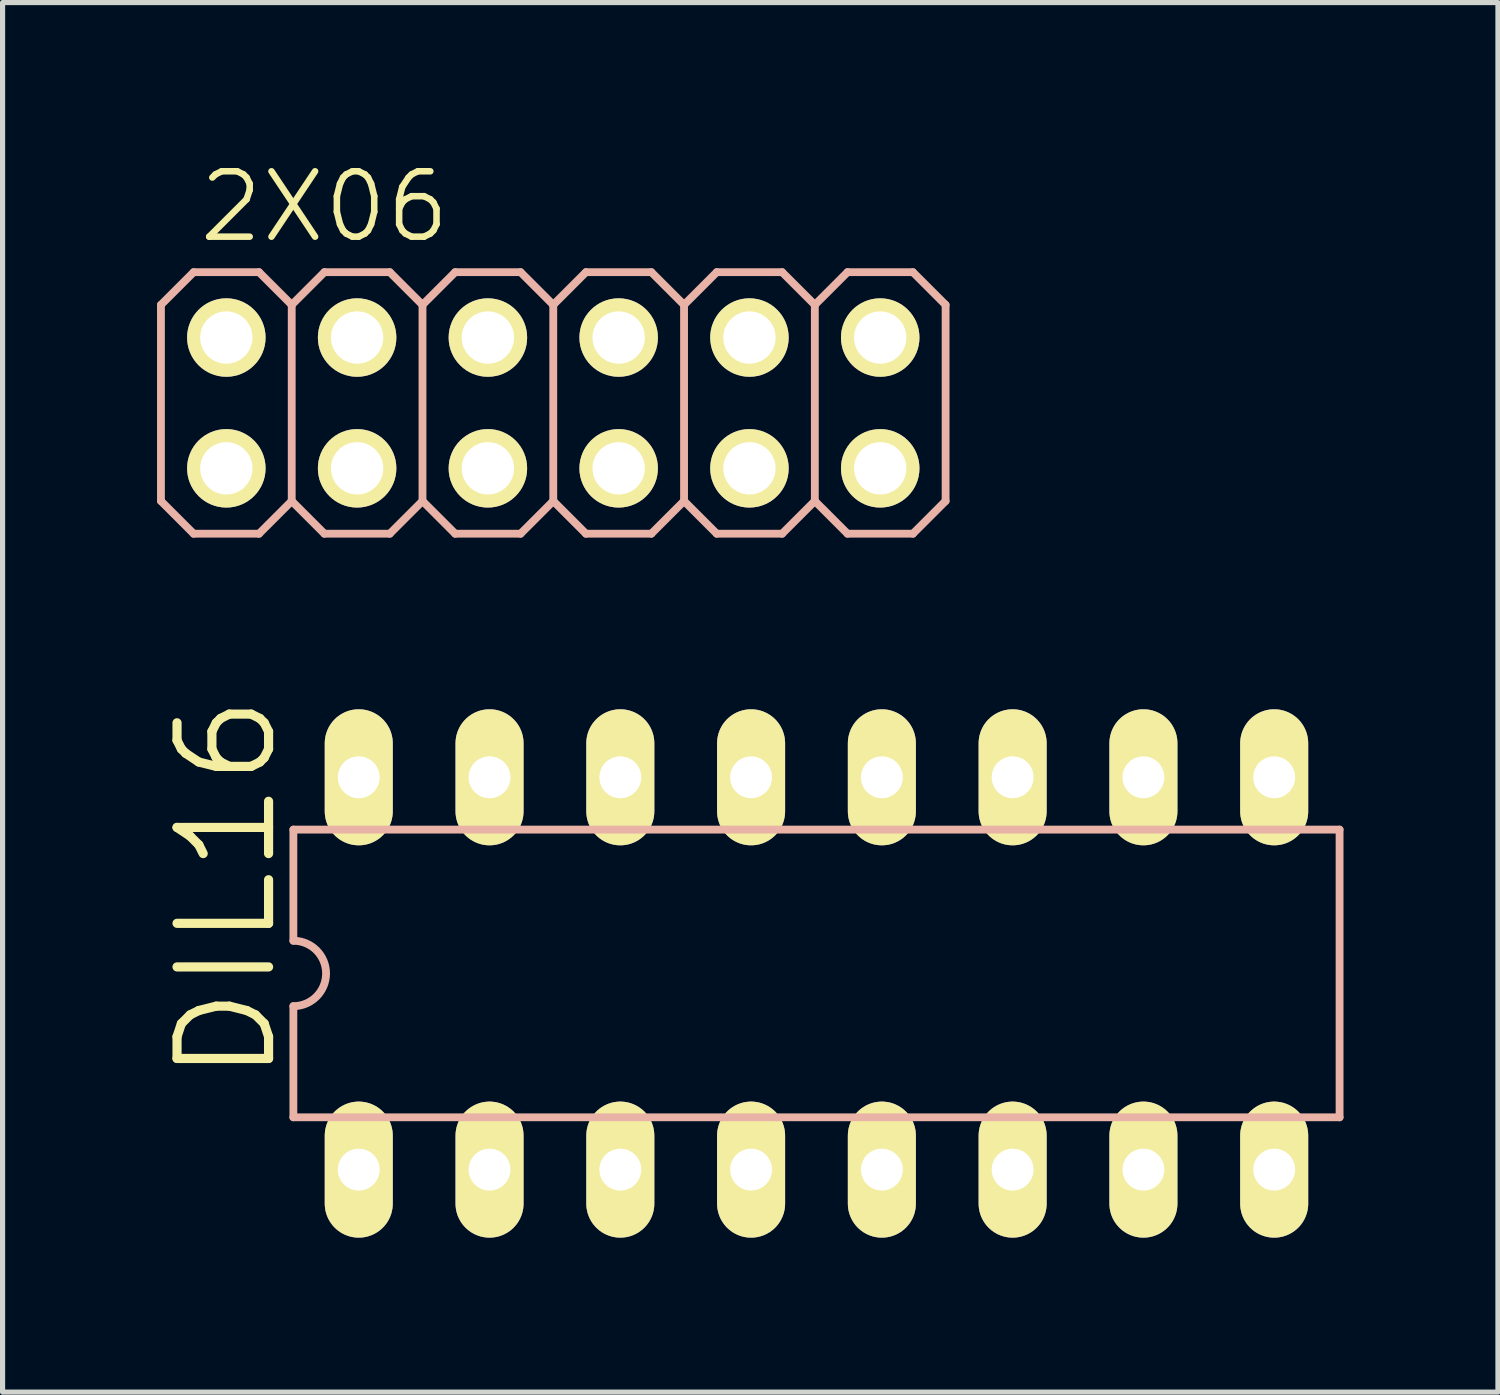
<source format=kicad_pcb>
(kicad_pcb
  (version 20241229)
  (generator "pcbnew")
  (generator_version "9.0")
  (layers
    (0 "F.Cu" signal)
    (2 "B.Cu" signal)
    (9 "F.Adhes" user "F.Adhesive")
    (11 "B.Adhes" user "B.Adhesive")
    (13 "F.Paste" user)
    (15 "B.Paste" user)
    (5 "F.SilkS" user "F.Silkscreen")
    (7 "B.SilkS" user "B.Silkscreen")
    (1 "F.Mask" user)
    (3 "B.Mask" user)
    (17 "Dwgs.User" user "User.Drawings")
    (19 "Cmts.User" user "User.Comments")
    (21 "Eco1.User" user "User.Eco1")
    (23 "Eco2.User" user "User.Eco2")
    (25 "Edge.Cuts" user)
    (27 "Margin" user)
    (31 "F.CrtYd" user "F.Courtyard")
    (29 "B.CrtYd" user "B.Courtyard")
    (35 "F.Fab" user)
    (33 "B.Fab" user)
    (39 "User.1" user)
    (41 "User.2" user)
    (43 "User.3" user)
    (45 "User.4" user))
  (footprint "DIL16"
    (layer "F.Cu")
    (at 12.808 15.857)
    (property "Reference" "DIL16" (at -11.455 -1.651 90) (layer "F.SilkS") (effects (font (size 1.778 1.778) (thickness 0.178))))
    (attr exclude_from_pos_files exclude_from_bom)
    (fp_line (start -10.16 -2.794) (end -10.16 -0.635) (stroke (width 0.152) (type solid)) (layer "B.SilkS"))
    (fp_line (start -10.16 0.635) (end -10.16 2.794) (stroke (width 0.152) (type solid)) (layer "B.SilkS"))
    (fp_line (start -10.16 2.794) (end 10.16 2.794) (stroke (width 0.152) (type solid)) (layer "B.SilkS"))
    (fp_line (start 10.16 -2.794) (end -10.16 -2.794) (stroke (width 0.152) (type solid)) (layer "B.SilkS"))
    (fp_line (start 10.16 2.794) (end 10.16 -2.794) (stroke (width 0.152) (type solid)) (layer "B.SilkS"))
    (fp_arc (start -10.16 -0.635) (mid -9.525 0) (end -10.16 0.635) (stroke (width 0.1524) (type solid)) (layer "B.SilkS"))
    (pad "1" thru_hole oval (at -8.89 3.81 180) (size 1.321 2.642) (drill 0.813) (layers "*.Cu" "F.Mask" "F.SilkS" "F.Paste"))
    (pad "2" thru_hole oval (at -6.35 3.81 180) (size 1.321 2.642) (drill 0.813) (layers "*.Cu" "F.Mask" "F.SilkS" "F.Paste"))
    (pad "3" thru_hole oval (at -3.81 3.81 180) (size 1.321 2.642) (drill 0.813) (layers "*.Cu" "F.Mask" "F.SilkS" "F.Paste"))
    (pad "4" thru_hole oval (at -1.27 3.81 180) (size 1.321 2.642) (drill 0.813) (layers "*.Cu" "F.Mask" "F.SilkS" "F.Paste"))
    (pad "5" thru_hole oval (at 1.27 3.81 180) (size 1.321 2.642) (drill 0.813) (layers "*.Cu" "F.Mask" "F.SilkS" "F.Paste"))
    (pad "6" thru_hole oval (at 3.81 3.81 180) (size 1.321 2.642) (drill 0.813) (layers "*.Cu" "F.Mask" "F.SilkS" "F.Paste"))
    (pad "7" thru_hole oval (at 6.35 3.81 180) (size 1.321 2.642) (drill 0.813) (layers "*.Cu" "F.Mask" "F.SilkS" "F.Paste"))
    (pad "8" thru_hole oval (at 8.89 3.81 180) (size 1.321 2.642) (drill 0.813) (layers "*.Cu" "F.Mask" "F.SilkS" "F.Paste"))
    (pad "9" thru_hole oval (at 8.89 -3.81 180) (size 1.321 2.642) (drill 0.813) (layers "*.Cu" "F.Mask" "F.SilkS" "F.Paste"))
    (pad "10" thru_hole oval (at 6.35 -3.81 180) (size 1.321 2.642) (drill 0.813) (layers "*.Cu" "F.Mask" "F.SilkS" "F.Paste"))
    (pad "11" thru_hole oval (at 3.81 -3.81 180) (size 1.321 2.642) (drill 0.813) (layers "*.Cu" "F.Mask" "F.SilkS" "F.Paste"))
    (pad "12" thru_hole oval (at 1.27 -3.81 180) (size 1.321 2.642) (drill 0.813) (layers "*.Cu" "F.Mask" "F.SilkS" "F.Paste"))
    (pad "13" thru_hole oval (at -1.27 -3.81 180) (size 1.321 2.642) (drill 0.813) (layers "*.Cu" "F.Mask" "F.SilkS" "F.Paste"))
    (pad "14" thru_hole oval (at -3.81 -3.81 180) (size 1.321 2.642) (drill 0.813) (layers "*.Cu" "F.Mask" "F.SilkS" "F.Paste"))
    (pad "15" thru_hole oval (at -6.35 -3.81 180) (size 1.321 2.642) (drill 0.813) (layers "*.Cu" "F.Mask" "F.SilkS" "F.Paste"))
    (pad "16" thru_hole oval (at -8.89 -3.81 180) (size 1.321 2.642) (drill 0.813) (layers "*.Cu" "F.Mask" "F.SilkS" "F.Paste")))
  (footprint "2X06"
    (layer "F.Cu")
    (at 7.696 4.776)
    (property "Reference" "2X06" (at -4.445 -3.81 0) (layer "F.SilkS") (effects (font (size 1.27 1.27) (thickness 0.127))))
    (attr exclude_from_pos_files exclude_from_bom)
    (fp_line (start -6.604 -1.524) (end -6.096 -1.524) (stroke (width 0.066) (type solid)) (layer "F.SilkS"))
    (fp_line (start -6.604 -1.016) (end -6.604 -1.524) (stroke (width 0.066) (type solid)) (layer "F.SilkS"))
    (fp_line (start -6.604 -1.016) (end -6.096 -1.016) (stroke (width 0.066) (type solid)) (layer "F.SilkS"))
    (fp_line (start -6.604 1.016) (end -6.096 1.016) (stroke (width 0.066) (type solid)) (layer "F.SilkS"))
    (fp_line (start -6.604 1.524) (end -6.604 1.016) (stroke (width 0.066) (type solid)) (layer "F.SilkS"))
    (fp_line (start -6.604 1.524) (end -6.096 1.524) (stroke (width 0.066) (type solid)) (layer "F.SilkS"))
    (fp_line (start -6.096 -1.016) (end -6.096 -1.524) (stroke (width 0.066) (type solid)) (layer "F.SilkS"))
    (fp_line (start -6.096 1.524) (end -6.096 1.016) (stroke (width 0.066) (type solid)) (layer "F.SilkS"))
    (fp_line (start -4.064 -1.524) (end -3.556 -1.524) (stroke (width 0.066) (type solid)) (layer "F.SilkS"))
    (fp_line (start -4.064 -1.016) (end -4.064 -1.524) (stroke (width 0.066) (type solid)) (layer "F.SilkS"))
    (fp_line (start -4.064 -1.016) (end -3.556 -1.016) (stroke (width 0.066) (type solid)) (layer "F.SilkS"))
    (fp_line (start -4.064 1.016) (end -3.556 1.016) (stroke (width 0.066) (type solid)) (layer "F.SilkS"))
    (fp_line (start -4.064 1.524) (end -4.064 1.016) (stroke (width 0.066) (type solid)) (layer "F.SilkS"))
    (fp_line (start -4.064 1.524) (end -3.556 1.524) (stroke (width 0.066) (type solid)) (layer "F.SilkS"))
    (fp_line (start -3.556 -1.016) (end -3.556 -1.524) (stroke (width 0.066) (type solid)) (layer "F.SilkS"))
    (fp_line (start -3.556 1.524) (end -3.556 1.016) (stroke (width 0.066) (type solid)) (layer "F.SilkS"))
    (fp_line (start -1.524 -1.524) (end -1.016 -1.524) (stroke (width 0.066) (type solid)) (layer "F.SilkS"))
    (fp_line (start -1.524 -1.016) (end -1.524 -1.524) (stroke (width 0.066) (type solid)) (layer "F.SilkS"))
    (fp_line (start -1.524 -1.016) (end -1.016 -1.016) (stroke (width 0.066) (type solid)) (layer "F.SilkS"))
    (fp_line (start -1.524 1.016) (end -1.016 1.016) (stroke (width 0.066) (type solid)) (layer "F.SilkS"))
    (fp_line (start -1.524 1.524) (end -1.524 1.016) (stroke (width 0.066) (type solid)) (layer "F.SilkS"))
    (fp_line (start -1.524 1.524) (end -1.016 1.524) (stroke (width 0.066) (type solid)) (layer "F.SilkS"))
    (fp_line (start -1.016 -1.016) (end -1.016 -1.524) (stroke (width 0.066) (type solid)) (layer "F.SilkS"))
    (fp_line (start -1.016 1.524) (end -1.016 1.016) (stroke (width 0.066) (type solid)) (layer "F.SilkS"))
    (fp_line (start 1.016 -1.524) (end 1.524 -1.524) (stroke (width 0.066) (type solid)) (layer "F.SilkS"))
    (fp_line (start 1.016 -1.016) (end 1.016 -1.524) (stroke (width 0.066) (type solid)) (layer "F.SilkS"))
    (fp_line (start 1.016 -1.016) (end 1.524 -1.016) (stroke (width 0.066) (type solid)) (layer "F.SilkS"))
    (fp_line (start 1.016 1.016) (end 1.524 1.016) (stroke (width 0.066) (type solid)) (layer "F.SilkS"))
    (fp_line (start 1.016 1.524) (end 1.016 1.016) (stroke (width 0.066) (type solid)) (layer "F.SilkS"))
    (fp_line (start 1.016 1.524) (end 1.524 1.524) (stroke (width 0.066) (type solid)) (layer "F.SilkS"))
    (fp_line (start 1.524 -1.016) (end 1.524 -1.524) (stroke (width 0.066) (type solid)) (layer "F.SilkS"))
    (fp_line (start 1.524 1.524) (end 1.524 1.016) (stroke (width 0.066) (type solid)) (layer "F.SilkS"))
    (fp_line (start 3.556 -1.524) (end 4.064 -1.524) (stroke (width 0.066) (type solid)) (layer "F.SilkS"))
    (fp_line (start 3.556 -1.016) (end 3.556 -1.524) (stroke (width 0.066) (type solid)) (layer "F.SilkS"))
    (fp_line (start 3.556 -1.016) (end 4.064 -1.016) (stroke (width 0.066) (type solid)) (layer "F.SilkS"))
    (fp_line (start 3.556 1.016) (end 4.064 1.016) (stroke (width 0.066) (type solid)) (layer "F.SilkS"))
    (fp_line (start 3.556 1.524) (end 3.556 1.016) (stroke (width 0.066) (type solid)) (layer "F.SilkS"))
    (fp_line (start 3.556 1.524) (end 4.064 1.524) (stroke (width 0.066) (type solid)) (layer "F.SilkS"))
    (fp_line (start 4.064 -1.016) (end 4.064 -1.524) (stroke (width 0.066) (type solid)) (layer "F.SilkS"))
    (fp_line (start 4.064 1.524) (end 4.064 1.016) (stroke (width 0.066) (type solid)) (layer "F.SilkS"))
    (fp_line (start 6.096 -1.524) (end 6.604 -1.524) (stroke (width 0.066) (type solid)) (layer "F.SilkS"))
    (fp_line (start 6.096 -1.016) (end 6.096 -1.524) (stroke (width 0.066) (type solid)) (layer "F.SilkS"))
    (fp_line (start 6.096 -1.016) (end 6.604 -1.016) (stroke (width 0.066) (type solid)) (layer "F.SilkS"))
    (fp_line (start 6.096 1.016) (end 6.604 1.016) (stroke (width 0.066) (type solid)) (layer "F.SilkS"))
    (fp_line (start 6.096 1.524) (end 6.096 1.016) (stroke (width 0.066) (type solid)) (layer "F.SilkS"))
    (fp_line (start 6.096 1.524) (end 6.604 1.524) (stroke (width 0.066) (type solid)) (layer "F.SilkS"))
    (fp_line (start 6.604 -1.016) (end 6.604 -1.524) (stroke (width 0.066) (type solid)) (layer "F.SilkS"))
    (fp_line (start 6.604 1.524) (end 6.604 1.016) (stroke (width 0.066) (type solid)) (layer "F.SilkS"))
    (fp_line (start -7.62 -1.905) (end -6.985 -2.54) (stroke (width 0.152) (type solid)) (layer "B.SilkS"))
    (fp_line (start -7.62 1.905) (end -7.62 -1.905) (stroke (width 0.152) (type solid)) (layer "B.SilkS"))
    (fp_line (start -7.62 1.905) (end -6.985 2.54) (stroke (width 0.152) (type solid)) (layer "B.SilkS"))
    (fp_line (start -6.985 -2.54) (end -5.715 -2.54) (stroke (width 0.152) (type solid)) (layer "B.SilkS"))
    (fp_line (start -6.985 2.54) (end -5.715 2.54) (stroke (width 0.152) (type solid)) (layer "B.SilkS"))
    (fp_line (start -5.715 -2.54) (end -5.08 -1.905) (stroke (width 0.152) (type solid)) (layer "B.SilkS"))
    (fp_line (start -5.715 2.54) (end -5.08 1.905) (stroke (width 0.152) (type solid)) (layer "B.SilkS"))
    (fp_line (start -5.08 -1.905) (end -5.08 1.905) (stroke (width 0.152) (type solid)) (layer "B.SilkS"))
    (fp_line (start -5.08 -1.905) (end -4.445 -2.54) (stroke (width 0.152) (type solid)) (layer "B.SilkS"))
    (fp_line (start -5.08 1.905) (end -4.445 2.54) (stroke (width 0.152) (type solid)) (layer "B.SilkS"))
    (fp_line (start -4.445 -2.54) (end -3.175 -2.54) (stroke (width 0.152) (type solid)) (layer "B.SilkS"))
    (fp_line (start -4.445 2.54) (end -3.175 2.54) (stroke (width 0.152) (type solid)) (layer "B.SilkS"))
    (fp_line (start -3.175 -2.54) (end -2.54 -1.905) (stroke (width 0.152) (type solid)) (layer "B.SilkS"))
    (fp_line (start -3.175 2.54) (end -2.54 1.905) (stroke (width 0.152) (type solid)) (layer "B.SilkS"))
    (fp_line (start -2.54 -1.905) (end -2.54 1.905) (stroke (width 0.152) (type solid)) (layer "B.SilkS"))
    (fp_line (start -2.54 -1.905) (end -1.905 -2.54) (stroke (width 0.152) (type solid)) (layer "B.SilkS"))
    (fp_line (start -2.54 1.905) (end -1.905 2.54) (stroke (width 0.152) (type solid)) (layer "B.SilkS"))
    (fp_line (start -1.905 -2.54) (end -0.635 -2.54) (stroke (width 0.152) (type solid)) (layer "B.SilkS"))
    (fp_line (start -1.905 2.54) (end -0.635 2.54) (stroke (width 0.152) (type solid)) (layer "B.SilkS"))
    (fp_line (start -0.635 -2.54) (end 0 -1.905) (stroke (width 0.152) (type solid)) (layer "B.SilkS"))
    (fp_line (start -0.635 2.54) (end 0 1.905) (stroke (width 0.152) (type solid)) (layer "B.SilkS"))
    (fp_line (start 0 -1.905) (end 0 1.905) (stroke (width 0.152) (type solid)) (layer "B.SilkS"))
    (fp_line (start 0 -1.905) (end 0.635 -2.54) (stroke (width 0.152) (type solid)) (layer "B.SilkS"))
    (fp_line (start 0 1.905) (end 0.635 2.54) (stroke (width 0.152) (type solid)) (layer "B.SilkS"))
    (fp_line (start 0.635 -2.54) (end 1.905 -2.54) (stroke (width 0.152) (type solid)) (layer "B.SilkS"))
    (fp_line (start 0.635 2.54) (end 1.905 2.54) (stroke (width 0.152) (type solid)) (layer "B.SilkS"))
    (fp_line (start 1.905 -2.54) (end 2.54 -1.905) (stroke (width 0.152) (type solid)) (layer "B.SilkS"))
    (fp_line (start 1.905 2.54) (end 2.54 1.905) (stroke (width 0.152) (type solid)) (layer "B.SilkS"))
    (fp_line (start 2.54 -1.905) (end 2.54 1.905) (stroke (width 0.152) (type solid)) (layer "B.SilkS"))
    (fp_line (start 2.54 -1.905) (end 3.175 -2.54) (stroke (width 0.152) (type solid)) (layer "B.SilkS"))
    (fp_line (start 2.54 1.905) (end 3.175 2.54) (stroke (width 0.152) (type solid)) (layer "B.SilkS"))
    (fp_line (start 3.175 -2.54) (end 4.445 -2.54) (stroke (width 0.152) (type solid)) (layer "B.SilkS"))
    (fp_line (start 3.175 2.54) (end 4.445 2.54) (stroke (width 0.152) (type solid)) (layer "B.SilkS"))
    (fp_line (start 4.445 -2.54) (end 5.08 -1.905) (stroke (width 0.152) (type solid)) (layer "B.SilkS"))
    (fp_line (start 4.445 2.54) (end 5.08 1.905) (stroke (width 0.152) (type solid)) (layer "B.SilkS"))
    (fp_line (start 5.08 -1.905) (end 5.08 1.905) (stroke (width 0.152) (type solid)) (layer "B.SilkS"))
    (fp_line (start 5.08 -1.905) (end 5.715 -2.54) (stroke (width 0.152) (type solid)) (layer "B.SilkS"))
    (fp_line (start 5.08 1.905) (end 5.715 2.54) (stroke (width 0.152) (type solid)) (layer "B.SilkS"))
    (fp_line (start 5.715 -2.54) (end 6.985 -2.54) (stroke (width 0.152) (type solid)) (layer "B.SilkS"))
    (fp_line (start 5.715 2.54) (end 6.985 2.54) (stroke (width 0.152) (type solid)) (layer "B.SilkS"))
    (fp_line (start 6.985 -2.54) (end 7.62 -1.905) (stroke (width 0.152) (type solid)) (layer "B.SilkS"))
    (fp_line (start 6.985 2.54) (end 7.62 1.905) (stroke (width 0.152) (type solid)) (layer "B.SilkS"))
    (fp_line (start 7.62 -1.905) (end 7.62 1.905) (stroke (width 0.152) (type solid)) (layer "B.SilkS"))
    (pad "1" thru_hole circle (at -6.35 1.27) (size 1.524 1.524) (drill 1.016) (layers "*.Cu" "F.Mask" "F.SilkS" "F.Paste"))
    (pad "2" thru_hole circle (at -6.35 -1.27) (size 1.524 1.524) (drill 1.016) (layers "*.Cu" "F.Mask" "F.SilkS" "F.Paste"))
    (pad "3" thru_hole circle (at -3.81 1.27) (size 1.524 1.524) (drill 1.016) (layers "*.Cu" "F.Mask" "F.SilkS" "F.Paste"))
    (pad "4" thru_hole circle (at -3.81 -1.27) (size 1.524 1.524) (drill 1.016) (layers "*.Cu" "F.Mask" "F.SilkS" "F.Paste"))
    (pad "5" thru_hole circle (at -1.27 1.27) (size 1.524 1.524) (drill 1.016) (layers "*.Cu" "F.Mask" "F.SilkS" "F.Paste"))
    (pad "6" thru_hole circle (at -1.27 -1.27) (size 1.524 1.524) (drill 1.016) (layers "*.Cu" "F.Mask" "F.SilkS" "F.Paste"))
    (pad "7" thru_hole circle (at 1.27 1.27) (size 1.524 1.524) (drill 1.016) (layers "*.Cu" "F.Mask" "F.SilkS" "F.Paste"))
    (pad "8" thru_hole circle (at 1.27 -1.27) (size 1.524 1.524) (drill 1.016) (layers "*.Cu" "F.Mask" "F.SilkS" "F.Paste"))
    (pad "9" thru_hole circle (at 3.81 1.27) (size 1.524 1.524) (drill 1.016) (layers "*.Cu" "F.Mask" "F.SilkS" "F.Paste"))
    (pad "10" thru_hole circle (at 3.81 -1.27) (size 1.524 1.524) (drill 1.016) (layers "*.Cu" "F.Mask" "F.SilkS" "F.Paste"))
    (pad "11" thru_hole circle (at 6.35 1.27) (size 1.524 1.524) (drill 1.016) (layers "*.Cu" "F.Mask" "F.SilkS" "F.Paste"))
    (pad "12" thru_hole circle (at 6.35 -1.27) (size 1.524 1.524) (drill 1.016) (layers "*.Cu" "F.Mask" "F.SilkS" "F.Paste")))
  (gr_rect
    (start -3 -3)
    (end 26.044 23.988)
    (stroke (width 0.1) (type default))
    (fill no)
    (layer "Edge.Cuts")))
</source>
